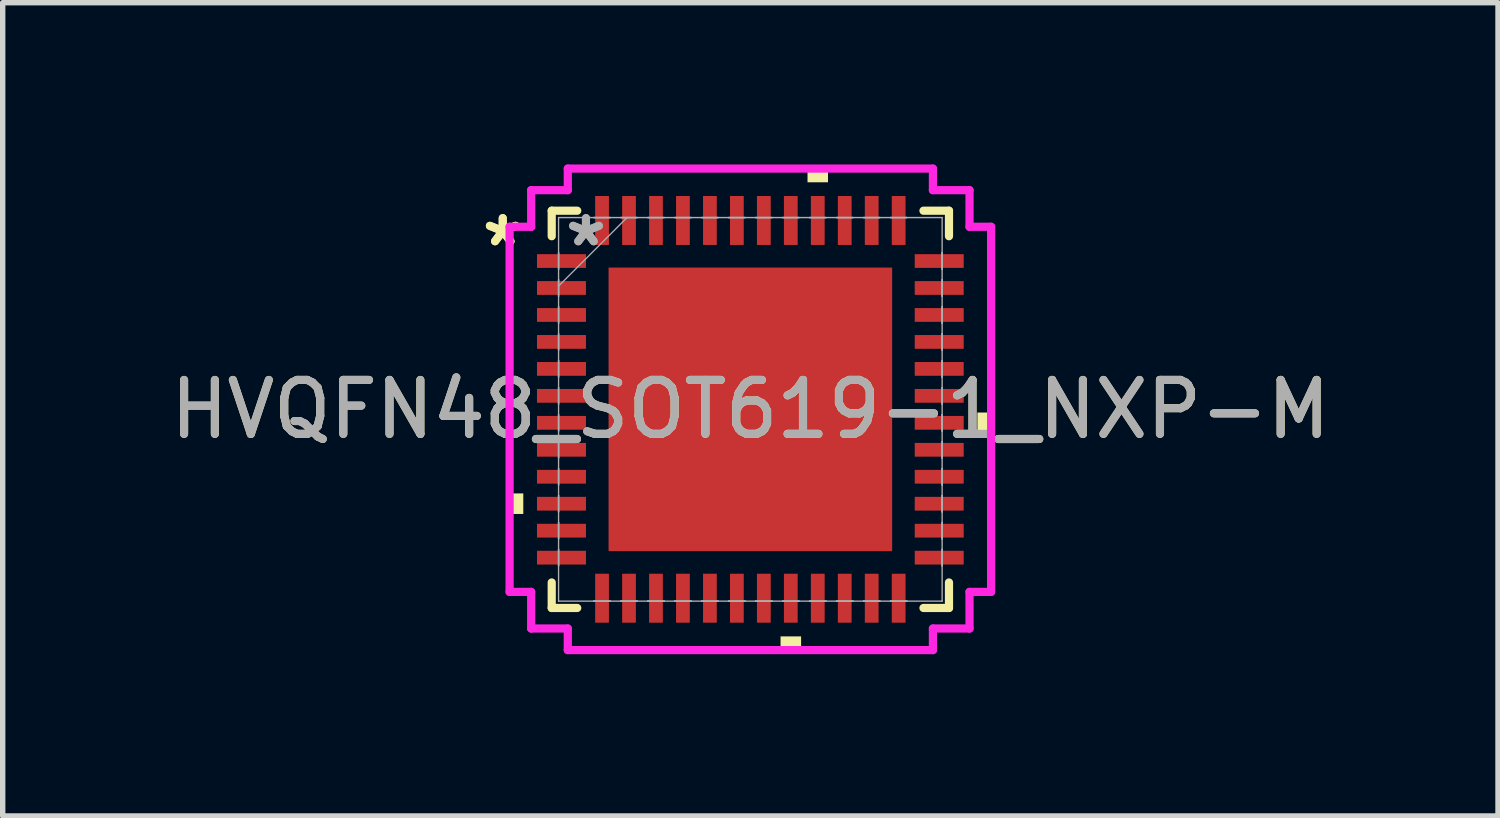
<source format=kicad_pcb>
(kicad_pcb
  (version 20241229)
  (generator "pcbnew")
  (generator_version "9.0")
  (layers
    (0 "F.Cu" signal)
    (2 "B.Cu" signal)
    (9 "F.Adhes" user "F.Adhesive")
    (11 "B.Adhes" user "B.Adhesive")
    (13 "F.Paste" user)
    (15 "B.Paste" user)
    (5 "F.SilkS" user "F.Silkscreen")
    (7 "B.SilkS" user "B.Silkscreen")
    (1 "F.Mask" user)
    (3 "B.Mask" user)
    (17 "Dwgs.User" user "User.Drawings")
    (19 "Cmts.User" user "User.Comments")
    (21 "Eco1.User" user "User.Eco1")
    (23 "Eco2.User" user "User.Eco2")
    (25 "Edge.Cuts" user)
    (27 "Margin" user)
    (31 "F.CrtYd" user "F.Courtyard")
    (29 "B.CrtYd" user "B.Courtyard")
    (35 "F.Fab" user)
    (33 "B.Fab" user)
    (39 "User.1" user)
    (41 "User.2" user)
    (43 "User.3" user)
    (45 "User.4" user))
  (footprint "HVQFN48_SOT619-1_NXP-M"
    (layer "F.Cu")
    (at 10.863 4.54)
    (property "Reference" "HVQFN48_SOT619-1_NXP-M" (at 0 0 0) (unlocked yes) (layer "F.SilkS") (effects (font (size 1 1) (thickness 0.15))))
    (attr smd)
    (fp_line (start -3.683 -3.683) (end -3.683 -3.21) (stroke (width 0.152) (type solid)) (layer "F.SilkS"))
    (fp_line (start -3.683 3.21) (end -3.683 3.683) (stroke (width 0.152) (type solid)) (layer "F.SilkS"))
    (fp_line (start -3.683 3.683) (end -3.21 3.683) (stroke (width 0.152) (type solid)) (layer "F.SilkS"))
    (fp_line (start -3.21 -3.683) (end -3.683 -3.683) (stroke (width 0.152) (type solid)) (layer "F.SilkS"))
    (fp_line (start 3.21 3.683) (end 3.683 3.683) (stroke (width 0.152) (type solid)) (layer "F.SilkS"))
    (fp_line (start 3.683 -3.683) (end 3.21 -3.683) (stroke (width 0.152) (type solid)) (layer "F.SilkS"))
    (fp_line (start 3.683 -3.21) (end 3.683 -3.683) (stroke (width 0.152) (type solid)) (layer "F.SilkS"))
    (fp_line (start 3.683 3.683) (end 3.683 3.21) (stroke (width 0.152) (type solid)) (layer "F.SilkS"))
    (fp_poly (pts (xy -4.464 1.559) (xy -4.464 1.94) (xy -4.21 1.94) (xy -4.21 1.559)) (stroke (width 0) (type solid)) (fill yes) (layer "F.SilkS"))
    (fp_poly (pts (xy 0.56 4.21) (xy 0.56 4.464) (xy 0.941 4.464) (xy 0.941 4.21)) (stroke (width 0) (type solid)) (fill yes) (layer "F.SilkS"))
    (fp_poly (pts (xy 1.06 -4.21) (xy 1.06 -4.464) (xy 1.44 -4.464) (xy 1.44 -4.21)) (stroke (width 0) (type solid)) (fill yes) (layer "F.SilkS"))
    (fp_poly (pts (xy 4.464 0.059) (xy 4.464 0.441) (xy 4.21 0.441) (xy 4.21 0.059)) (stroke (width 0) (type solid)) (fill yes) (layer "F.SilkS"))
    (fp_poly (pts (xy -2.529 -2.529) (xy -2.529 -1.414) (xy -1.414 -1.414) (xy -1.414 -2.529)) (stroke (width 0) (type solid)) (fill yes) (layer "F.Paste"))
    (fp_poly (pts (xy -2.529 -1.214) (xy -2.529 -0.1) (xy -1.414 -0.1) (xy -1.414 -1.214)) (stroke (width 0) (type solid)) (fill yes) (layer "F.Paste"))
    (fp_poly (pts (xy -2.529 0.1) (xy -2.529 1.214) (xy -1.414 1.214) (xy -1.414 0.1)) (stroke (width 0) (type solid)) (fill yes) (layer "F.Paste"))
    (fp_poly (pts (xy -2.529 1.414) (xy -2.529 2.529) (xy -1.414 2.529) (xy -1.414 1.414)) (stroke (width 0) (type solid)) (fill yes) (layer "F.Paste"))
    (fp_poly (pts (xy -1.214 -2.529) (xy -1.214 -1.414) (xy -0.1 -1.414) (xy -0.1 -2.529)) (stroke (width 0) (type solid)) (fill yes) (layer "F.Paste"))
    (fp_poly (pts (xy -1.214 -1.214) (xy -1.214 -0.1) (xy -0.1 -0.1) (xy -0.1 -1.214)) (stroke (width 0) (type solid)) (fill yes) (layer "F.Paste"))
    (fp_poly (pts (xy -1.214 0.1) (xy -1.214 1.214) (xy -0.1 1.214) (xy -0.1 0.1)) (stroke (width 0) (type solid)) (fill yes) (layer "F.Paste"))
    (fp_poly (pts (xy -1.214 1.414) (xy -1.214 2.529) (xy -0.1 2.529) (xy -0.1 1.414)) (stroke (width 0) (type solid)) (fill yes) (layer "F.Paste"))
    (fp_poly (pts (xy 0.1 -2.529) (xy 0.1 -1.414) (xy 1.214 -1.414) (xy 1.214 -2.529)) (stroke (width 0) (type solid)) (fill yes) (layer "F.Paste"))
    (fp_poly (pts (xy 0.1 -1.214) (xy 0.1 -0.1) (xy 1.214 -0.1) (xy 1.214 -1.214)) (stroke (width 0) (type solid)) (fill yes) (layer "F.Paste"))
    (fp_poly (pts (xy 0.1 0.1) (xy 0.1 1.214) (xy 1.214 1.214) (xy 1.214 0.1)) (stroke (width 0) (type solid)) (fill yes) (layer "F.Paste"))
    (fp_poly (pts (xy 0.1 1.414) (xy 0.1 2.529) (xy 1.214 2.529) (xy 1.214 1.414)) (stroke (width 0) (type solid)) (fill yes) (layer "F.Paste"))
    (fp_poly (pts (xy 1.414 -2.529) (xy 1.414 -1.414) (xy 2.529 -1.414) (xy 2.529 -2.529)) (stroke (width 0) (type solid)) (fill yes) (layer "F.Paste"))
    (fp_poly (pts (xy 1.414 -1.214) (xy 1.414 -0.1) (xy 2.529 -0.1) (xy 2.529 -1.214)) (stroke (width 0) (type solid)) (fill yes) (layer "F.Paste"))
    (fp_poly (pts (xy 1.414 0.1) (xy 1.414 1.214) (xy 2.529 1.214) (xy 2.529 0.1)) (stroke (width 0) (type solid)) (fill yes) (layer "F.Paste"))
    (fp_poly (pts (xy 1.414 1.414) (xy 1.414 2.529) (xy 2.529 2.529) (xy 2.529 1.414)) (stroke (width 0) (type solid)) (fill yes) (layer "F.Paste"))
    (fp_line (start -4.464 -3.385) (end -4.064 -3.385) (stroke (width 0.152) (type solid)) (layer "F.CrtYd"))
    (fp_line (start -4.464 3.385) (end -4.464 -3.385) (stroke (width 0.152) (type solid)) (layer "F.CrtYd"))
    (fp_line (start -4.064 -4.064) (end -3.385 -4.064) (stroke (width 0.152) (type solid)) (layer "F.CrtYd"))
    (fp_line (start -4.064 -3.385) (end -4.064 -4.064) (stroke (width 0.152) (type solid)) (layer "F.CrtYd"))
    (fp_line (start -4.064 3.385) (end -4.464 3.385) (stroke (width 0.152) (type solid)) (layer "F.CrtYd"))
    (fp_line (start -4.064 4.064) (end -4.064 3.385) (stroke (width 0.152) (type solid)) (layer "F.CrtYd"))
    (fp_line (start -3.385 -4.464) (end 3.385 -4.464) (stroke (width 0.152) (type solid)) (layer "F.CrtYd"))
    (fp_line (start -3.385 -4.064) (end -3.385 -4.464) (stroke (width 0.152) (type solid)) (layer "F.CrtYd"))
    (fp_line (start -3.385 4.064) (end -4.064 4.064) (stroke (width 0.152) (type solid)) (layer "F.CrtYd"))
    (fp_line (start -3.385 4.464) (end -3.385 4.064) (stroke (width 0.152) (type solid)) (layer "F.CrtYd"))
    (fp_line (start 3.385 -4.464) (end 3.385 -4.064) (stroke (width 0.152) (type solid)) (layer "F.CrtYd"))
    (fp_line (start 3.385 -4.064) (end 4.064 -4.064) (stroke (width 0.152) (type solid)) (layer "F.CrtYd"))
    (fp_line (start 3.385 4.064) (end 3.385 4.464) (stroke (width 0.152) (type solid)) (layer "F.CrtYd"))
    (fp_line (start 3.385 4.464) (end -3.385 4.464) (stroke (width 0.152) (type solid)) (layer "F.CrtYd"))
    (fp_line (start 4.064 -4.064) (end 4.064 -3.385) (stroke (width 0.152) (type solid)) (layer "F.CrtYd"))
    (fp_line (start 4.064 -3.385) (end 4.464 -3.385) (stroke (width 0.152) (type solid)) (layer "F.CrtYd"))
    (fp_line (start 4.064 3.385) (end 4.064 4.064) (stroke (width 0.152) (type solid)) (layer "F.CrtYd"))
    (fp_line (start 4.064 4.064) (end 3.385 4.064) (stroke (width 0.152) (type solid)) (layer "F.CrtYd"))
    (fp_line (start 4.464 -3.385) (end 4.464 3.385) (stroke (width 0.152) (type solid)) (layer "F.CrtYd"))
    (fp_line (start 4.464 3.385) (end 4.064 3.385) (stroke (width 0.152) (type solid)) (layer "F.CrtYd"))
    (fp_line (start -3.556 -3.556) (end -3.556 -3.556) (stroke (width 0.025) (type solid)) (layer "F.Fab"))
    (fp_line (start -3.556 -3.556) (end -3.556 3.556) (stroke (width 0.025) (type solid)) (layer "F.Fab"))
    (fp_line (start -3.556 -2.902) (end -3.556 -2.902) (stroke (width 0.025) (type solid)) (layer "F.Fab"))
    (fp_line (start -3.556 -2.902) (end -3.556 -2.598) (stroke (width 0.025) (type solid)) (layer "F.Fab"))
    (fp_line (start -3.556 -2.598) (end -3.556 -2.902) (stroke (width 0.025) (type solid)) (layer "F.Fab"))
    (fp_line (start -3.556 -2.598) (end -3.556 -2.598) (stroke (width 0.025) (type solid)) (layer "F.Fab"))
    (fp_line (start -3.556 -2.402) (end -3.556 -2.402) (stroke (width 0.025) (type solid)) (layer "F.Fab"))
    (fp_line (start -3.556 -2.402) (end -3.556 -2.098) (stroke (width 0.025) (type solid)) (layer "F.Fab"))
    (fp_line (start -3.556 -2.286) (end -2.286 -3.556) (stroke (width 0.025) (type solid)) (layer "F.Fab"))
    (fp_line (start -3.556 -2.098) (end -3.556 -2.402) (stroke (width 0.025) (type solid)) (layer "F.Fab"))
    (fp_line (start -3.556 -2.098) (end -3.556 -2.098) (stroke (width 0.025) (type solid)) (layer "F.Fab"))
    (fp_line (start -3.556 -1.902) (end -3.556 -1.902) (stroke (width 0.025) (type solid)) (layer "F.Fab"))
    (fp_line (start -3.556 -1.902) (end -3.556 -1.598) (stroke (width 0.025) (type solid)) (layer "F.Fab"))
    (fp_line (start -3.556 -1.598) (end -3.556 -1.902) (stroke (width 0.025) (type solid)) (layer "F.Fab"))
    (fp_line (start -3.556 -1.598) (end -3.556 -1.598) (stroke (width 0.025) (type solid)) (layer "F.Fab"))
    (fp_line (start -3.556 -1.402) (end -3.556 -1.402) (stroke (width 0.025) (type solid)) (layer "F.Fab"))
    (fp_line (start -3.556 -1.402) (end -3.556 -1.098) (stroke (width 0.025) (type solid)) (layer "F.Fab"))
    (fp_line (start -3.556 -1.098) (end -3.556 -1.402) (stroke (width 0.025) (type solid)) (layer "F.Fab"))
    (fp_line (start -3.556 -1.098) (end -3.556 -1.098) (stroke (width 0.025) (type solid)) (layer "F.Fab"))
    (fp_line (start -3.556 -0.902) (end -3.556 -0.902) (stroke (width 0.025) (type solid)) (layer "F.Fab"))
    (fp_line (start -3.556 -0.902) (end -3.556 -0.598) (stroke (width 0.025) (type solid)) (layer "F.Fab"))
    (fp_line (start -3.556 -0.598) (end -3.556 -0.902) (stroke (width 0.025) (type solid)) (layer "F.Fab"))
    (fp_line (start -3.556 -0.598) (end -3.556 -0.598) (stroke (width 0.025) (type solid)) (layer "F.Fab"))
    (fp_line (start -3.556 -0.402) (end -3.556 -0.402) (stroke (width 0.025) (type solid)) (layer "F.Fab"))
    (fp_line (start -3.556 -0.402) (end -3.556 -0.098) (stroke (width 0.025) (type solid)) (layer "F.Fab"))
    (fp_line (start -3.556 -0.098) (end -3.556 -0.402) (stroke (width 0.025) (type solid)) (layer "F.Fab"))
    (fp_line (start -3.556 -0.098) (end -3.556 -0.098) (stroke (width 0.025) (type solid)) (layer "F.Fab"))
    (fp_line (start -3.556 0.098) (end -3.556 0.098) (stroke (width 0.025) (type solid)) (layer "F.Fab"))
    (fp_line (start -3.556 0.098) (end -3.556 0.402) (stroke (width 0.025) (type solid)) (layer "F.Fab"))
    (fp_line (start -3.556 0.402) (end -3.556 0.098) (stroke (width 0.025) (type solid)) (layer "F.Fab"))
    (fp_line (start -3.556 0.402) (end -3.556 0.402) (stroke (width 0.025) (type solid)) (layer "F.Fab"))
    (fp_line (start -3.556 0.598) (end -3.556 0.598) (stroke (width 0.025) (type solid)) (layer "F.Fab"))
    (fp_line (start -3.556 0.598) (end -3.556 0.902) (stroke (width 0.025) (type solid)) (layer "F.Fab"))
    (fp_line (start -3.556 0.902) (end -3.556 0.598) (stroke (width 0.025) (type solid)) (layer "F.Fab"))
    (fp_line (start -3.556 0.902) (end -3.556 0.902) (stroke (width 0.025) (type solid)) (layer "F.Fab"))
    (fp_line (start -3.556 1.098) (end -3.556 1.098) (stroke (width 0.025) (type solid)) (layer "F.Fab"))
    (fp_line (start -3.556 1.098) (end -3.556 1.402) (stroke (width 0.025) (type solid)) (layer "F.Fab"))
    (fp_line (start -3.556 1.402) (end -3.556 1.098) (stroke (width 0.025) (type solid)) (layer "F.Fab"))
    (fp_line (start -3.556 1.402) (end -3.556 1.402) (stroke (width 0.025) (type solid)) (layer "F.Fab"))
    (fp_line (start -3.556 1.598) (end -3.556 1.598) (stroke (width 0.025) (type solid)) (layer "F.Fab"))
    (fp_line (start -3.556 1.598) (end -3.556 1.902) (stroke (width 0.025) (type solid)) (layer "F.Fab"))
    (fp_line (start -3.556 1.902) (end -3.556 1.598) (stroke (width 0.025) (type solid)) (layer "F.Fab"))
    (fp_line (start -3.556 1.902) (end -3.556 1.902) (stroke (width 0.025) (type solid)) (layer "F.Fab"))
    (fp_line (start -3.556 2.098) (end -3.556 2.098) (stroke (width 0.025) (type solid)) (layer "F.Fab"))
    (fp_line (start -3.556 2.098) (end -3.556 2.402) (stroke (width 0.025) (type solid)) (layer "F.Fab"))
    (fp_line (start -3.556 2.402) (end -3.556 2.098) (stroke (width 0.025) (type solid)) (layer "F.Fab"))
    (fp_line (start -3.556 2.402) (end -3.556 2.402) (stroke (width 0.025) (type solid)) (layer "F.Fab"))
    (fp_line (start -3.556 2.598) (end -3.556 2.598) (stroke (width 0.025) (type solid)) (layer "F.Fab"))
    (fp_line (start -3.556 2.598) (end -3.556 2.902) (stroke (width 0.025) (type solid)) (layer "F.Fab"))
    (fp_line (start -3.556 2.902) (end -3.556 2.598) (stroke (width 0.025) (type solid)) (layer "F.Fab"))
    (fp_line (start -3.556 2.902) (end -3.556 2.902) (stroke (width 0.025) (type solid)) (layer "F.Fab"))
    (fp_line (start -3.556 3.556) (end -3.556 3.556) (stroke (width 0.025) (type solid)) (layer "F.Fab"))
    (fp_line (start -3.556 3.556) (end 3.556 3.556) (stroke (width 0.025) (type solid)) (layer "F.Fab"))
    (fp_line (start -2.902 -3.556) (end -2.902 -3.556) (stroke (width 0.025) (type solid)) (layer "F.Fab"))
    (fp_line (start -2.902 -3.556) (end -2.598 -3.556) (stroke (width 0.025) (type solid)) (layer "F.Fab"))
    (fp_line (start -2.902 3.556) (end -2.902 3.556) (stroke (width 0.025) (type solid)) (layer "F.Fab"))
    (fp_line (start -2.902 3.556) (end -2.598 3.556) (stroke (width 0.025) (type solid)) (layer "F.Fab"))
    (fp_line (start -2.598 -3.556) (end -2.902 -3.556) (stroke (width 0.025) (type solid)) (layer "F.Fab"))
    (fp_line (start -2.598 -3.556) (end -2.598 -3.556) (stroke (width 0.025) (type solid)) (layer "F.Fab"))
    (fp_line (start -2.598 3.556) (end -2.902 3.556) (stroke (width 0.025) (type solid)) (layer "F.Fab"))
    (fp_line (start -2.598 3.556) (end -2.598 3.556) (stroke (width 0.025) (type solid)) (layer "F.Fab"))
    (fp_line (start -2.402 -3.556) (end -2.402 -3.556) (stroke (width 0.025) (type solid)) (layer "F.Fab"))
    (fp_line (start -2.402 -3.556) (end -2.098 -3.556) (stroke (width 0.025) (type solid)) (layer "F.Fab"))
    (fp_line (start -2.402 3.556) (end -2.402 3.556) (stroke (width 0.025) (type solid)) (layer "F.Fab"))
    (fp_line (start -2.402 3.556) (end -2.098 3.556) (stroke (width 0.025) (type solid)) (layer "F.Fab"))
    (fp_line (start -2.098 -3.556) (end -2.402 -3.556) (stroke (width 0.025) (type solid)) (layer "F.Fab"))
    (fp_line (start -2.098 -3.556) (end -2.098 -3.556) (stroke (width 0.025) (type solid)) (layer "F.Fab"))
    (fp_line (start -2.098 3.556) (end -2.402 3.556) (stroke (width 0.025) (type solid)) (layer "F.Fab"))
    (fp_line (start -2.098 3.556) (end -2.098 3.556) (stroke (width 0.025) (type solid)) (layer "F.Fab"))
    (fp_line (start -1.902 -3.556) (end -1.902 -3.556) (stroke (width 0.025) (type solid)) (layer "F.Fab"))
    (fp_line (start -1.902 -3.556) (end -1.598 -3.556) (stroke (width 0.025) (type solid)) (layer "F.Fab"))
    (fp_line (start -1.902 3.556) (end -1.902 3.556) (stroke (width 0.025) (type solid)) (layer "F.Fab"))
    (fp_line (start -1.902 3.556) (end -1.598 3.556) (stroke (width 0.025) (type solid)) (layer "F.Fab"))
    (fp_line (start -1.598 -3.556) (end -1.902 -3.556) (stroke (width 0.025) (type solid)) (layer "F.Fab"))
    (fp_line (start -1.598 -3.556) (end -1.598 -3.556) (stroke (width 0.025) (type solid)) (layer "F.Fab"))
    (fp_line (start -1.598 3.556) (end -1.902 3.556) (stroke (width 0.025) (type solid)) (layer "F.Fab"))
    (fp_line (start -1.598 3.556) (end -1.598 3.556) (stroke (width 0.025) (type solid)) (layer "F.Fab"))
    (fp_line (start -1.402 -3.556) (end -1.402 -3.556) (stroke (width 0.025) (type solid)) (layer "F.Fab"))
    (fp_line (start -1.402 -3.556) (end -1.098 -3.556) (stroke (width 0.025) (type solid)) (layer "F.Fab"))
    (fp_line (start -1.402 3.556) (end -1.402 3.556) (stroke (width 0.025) (type solid)) (layer "F.Fab"))
    (fp_line (start -1.402 3.556) (end -1.098 3.556) (stroke (width 0.025) (type solid)) (layer "F.Fab"))
    (fp_line (start -1.098 -3.556) (end -1.402 -3.556) (stroke (width 0.025) (type solid)) (layer "F.Fab"))
    (fp_line (start -1.098 -3.556) (end -1.098 -3.556) (stroke (width 0.025) (type solid)) (layer "F.Fab"))
    (fp_line (start -1.098 3.556) (end -1.402 3.556) (stroke (width 0.025) (type solid)) (layer "F.Fab"))
    (fp_line (start -1.098 3.556) (end -1.098 3.556) (stroke (width 0.025) (type solid)) (layer "F.Fab"))
    (fp_line (start -0.902 -3.556) (end -0.902 -3.556) (stroke (width 0.025) (type solid)) (layer "F.Fab"))
    (fp_line (start -0.902 -3.556) (end -0.598 -3.556) (stroke (width 0.025) (type solid)) (layer "F.Fab"))
    (fp_line (start -0.902 3.556) (end -0.902 3.556) (stroke (width 0.025) (type solid)) (layer "F.Fab"))
    (fp_line (start -0.902 3.556) (end -0.598 3.556) (stroke (width 0.025) (type solid)) (layer "F.Fab"))
    (fp_line (start -0.598 -3.556) (end -0.902 -3.556) (stroke (width 0.025) (type solid)) (layer "F.Fab"))
    (fp_line (start -0.598 -3.556) (end -0.598 -3.556) (stroke (width 0.025) (type solid)) (layer "F.Fab"))
    (fp_line (start -0.598 3.556) (end -0.902 3.556) (stroke (width 0.025) (type solid)) (layer "F.Fab"))
    (fp_line (start -0.598 3.556) (end -0.598 3.556) (stroke (width 0.025) (type solid)) (layer "F.Fab"))
    (fp_line (start -0.402 -3.556) (end -0.402 -3.556) (stroke (width 0.025) (type solid)) (layer "F.Fab"))
    (fp_line (start -0.402 -3.556) (end -0.098 -3.556) (stroke (width 0.025) (type solid)) (layer "F.Fab"))
    (fp_line (start -0.402 3.556) (end -0.402 3.556) (stroke (width 0.025) (type solid)) (layer "F.Fab"))
    (fp_line (start -0.402 3.556) (end -0.098 3.556) (stroke (width 0.025) (type solid)) (layer "F.Fab"))
    (fp_line (start -0.098 -3.556) (end -0.402 -3.556) (stroke (width 0.025) (type solid)) (layer "F.Fab"))
    (fp_line (start -0.098 -3.556) (end -0.098 -3.556) (stroke (width 0.025) (type solid)) (layer "F.Fab"))
    (fp_line (start -0.098 3.556) (end -0.402 3.556) (stroke (width 0.025) (type solid)) (layer "F.Fab"))
    (fp_line (start -0.098 3.556) (end -0.098 3.556) (stroke (width 0.025) (type solid)) (layer "F.Fab"))
    (fp_line (start 0.098 -3.556) (end 0.098 -3.556) (stroke (width 0.025) (type solid)) (layer "F.Fab"))
    (fp_line (start 0.098 -3.556) (end 0.402 -3.556) (stroke (width 0.025) (type solid)) (layer "F.Fab"))
    (fp_line (start 0.098 3.556) (end 0.098 3.556) (stroke (width 0.025) (type solid)) (layer "F.Fab"))
    (fp_line (start 0.098 3.556) (end 0.402 3.556) (stroke (width 0.025) (type solid)) (layer "F.Fab"))
    (fp_line (start 0.402 -3.556) (end 0.098 -3.556) (stroke (width 0.025) (type solid)) (layer "F.Fab"))
    (fp_line (start 0.402 -3.556) (end 0.402 -3.556) (stroke (width 0.025) (type solid)) (layer "F.Fab"))
    (fp_line (start 0.402 3.556) (end 0.098 3.556) (stroke (width 0.025) (type solid)) (layer "F.Fab"))
    (fp_line (start 0.402 3.556) (end 0.402 3.556) (stroke (width 0.025) (type solid)) (layer "F.Fab"))
    (fp_line (start 0.598 -3.556) (end 0.598 -3.556) (stroke (width 0.025) (type solid)) (layer "F.Fab"))
    (fp_line (start 0.598 -3.556) (end 0.902 -3.556) (stroke (width 0.025) (type solid)) (layer "F.Fab"))
    (fp_line (start 0.598 3.556) (end 0.598 3.556) (stroke (width 0.025) (type solid)) (layer "F.Fab"))
    (fp_line (start 0.598 3.556) (end 0.902 3.556) (stroke (width 0.025) (type solid)) (layer "F.Fab"))
    (fp_line (start 0.902 -3.556) (end 0.598 -3.556) (stroke (width 0.025) (type solid)) (layer "F.Fab"))
    (fp_line (start 0.902 -3.556) (end 0.902 -3.556) (stroke (width 0.025) (type solid)) (layer "F.Fab"))
    (fp_line (start 0.902 3.556) (end 0.598 3.556) (stroke (width 0.025) (type solid)) (layer "F.Fab"))
    (fp_line (start 0.902 3.556) (end 0.902 3.556) (stroke (width 0.025) (type solid)) (layer "F.Fab"))
    (fp_line (start 1.098 -3.556) (end 1.098 -3.556) (stroke (width 0.025) (type solid)) (layer "F.Fab"))
    (fp_line (start 1.098 -3.556) (end 1.402 -3.556) (stroke (width 0.025) (type solid)) (layer "F.Fab"))
    (fp_line (start 1.098 3.556) (end 1.098 3.556) (stroke (width 0.025) (type solid)) (layer "F.Fab"))
    (fp_line (start 1.098 3.556) (end 1.402 3.556) (stroke (width 0.025) (type solid)) (layer "F.Fab"))
    (fp_line (start 1.402 -3.556) (end 1.098 -3.556) (stroke (width 0.025) (type solid)) (layer "F.Fab"))
    (fp_line (start 1.402 -3.556) (end 1.402 -3.556) (stroke (width 0.025) (type solid)) (layer "F.Fab"))
    (fp_line (start 1.402 3.556) (end 1.098 3.556) (stroke (width 0.025) (type solid)) (layer "F.Fab"))
    (fp_line (start 1.402 3.556) (end 1.402 3.556) (stroke (width 0.025) (type solid)) (layer "F.Fab"))
    (fp_line (start 1.598 -3.556) (end 1.598 -3.556) (stroke (width 0.025) (type solid)) (layer "F.Fab"))
    (fp_line (start 1.598 -3.556) (end 1.902 -3.556) (stroke (width 0.025) (type solid)) (layer "F.Fab"))
    (fp_line (start 1.598 3.556) (end 1.598 3.556) (stroke (width 0.025) (type solid)) (layer "F.Fab"))
    (fp_line (start 1.598 3.556) (end 1.902 3.556) (stroke (width 0.025) (type solid)) (layer "F.Fab"))
    (fp_line (start 1.902 -3.556) (end 1.598 -3.556) (stroke (width 0.025) (type solid)) (layer "F.Fab"))
    (fp_line (start 1.902 -3.556) (end 1.902 -3.556) (stroke (width 0.025) (type solid)) (layer "F.Fab"))
    (fp_line (start 1.902 3.556) (end 1.598 3.556) (stroke (width 0.025) (type solid)) (layer "F.Fab"))
    (fp_line (start 1.902 3.556) (end 1.902 3.556) (stroke (width 0.025) (type solid)) (layer "F.Fab"))
    (fp_line (start 2.098 -3.556) (end 2.098 -3.556) (stroke (width 0.025) (type solid)) (layer "F.Fab"))
    (fp_line (start 2.098 -3.556) (end 2.402 -3.556) (stroke (width 0.025) (type solid)) (layer "F.Fab"))
    (fp_line (start 2.098 3.556) (end 2.098 3.556) (stroke (width 0.025) (type solid)) (layer "F.Fab"))
    (fp_line (start 2.098 3.556) (end 2.402 3.556) (stroke (width 0.025) (type solid)) (layer "F.Fab"))
    (fp_line (start 2.402 -3.556) (end 2.098 -3.556) (stroke (width 0.025) (type solid)) (layer "F.Fab"))
    (fp_line (start 2.402 -3.556) (end 2.402 -3.556) (stroke (width 0.025) (type solid)) (layer "F.Fab"))
    (fp_line (start 2.402 3.556) (end 2.098 3.556) (stroke (width 0.025) (type solid)) (layer "F.Fab"))
    (fp_line (start 2.402 3.556) (end 2.402 3.556) (stroke (width 0.025) (type solid)) (layer "F.Fab"))
    (fp_line (start 2.598 -3.556) (end 2.598 -3.556) (stroke (width 0.025) (type solid)) (layer "F.Fab"))
    (fp_line (start 2.598 -3.556) (end 2.902 -3.556) (stroke (width 0.025) (type solid)) (layer "F.Fab"))
    (fp_line (start 2.598 3.556) (end 2.598 3.556) (stroke (width 0.025) (type solid)) (layer "F.Fab"))
    (fp_line (start 2.598 3.556) (end 2.902 3.556) (stroke (width 0.025) (type solid)) (layer "F.Fab"))
    (fp_line (start 2.902 -3.556) (end 2.598 -3.556) (stroke (width 0.025) (type solid)) (layer "F.Fab"))
    (fp_line (start 2.902 -3.556) (end 2.902 -3.556) (stroke (width 0.025) (type solid)) (layer "F.Fab"))
    (fp_line (start 2.902 3.556) (end 2.598 3.556) (stroke (width 0.025) (type solid)) (layer "F.Fab"))
    (fp_line (start 2.902 3.556) (end 2.902 3.556) (stroke (width 0.025) (type solid)) (layer "F.Fab"))
    (fp_line (start 3.556 -3.556) (end -3.556 -3.556) (stroke (width 0.025) (type solid)) (layer "F.Fab"))
    (fp_line (start 3.556 -3.556) (end 3.556 -3.556) (stroke (width 0.025) (type solid)) (layer "F.Fab"))
    (fp_line (start 3.556 -2.902) (end 3.556 -2.902) (stroke (width 0.025) (type solid)) (layer "F.Fab"))
    (fp_line (start 3.556 -2.902) (end 3.556 -2.598) (stroke (width 0.025) (type solid)) (layer "F.Fab"))
    (fp_line (start 3.556 -2.598) (end 3.556 -2.902) (stroke (width 0.025) (type solid)) (layer "F.Fab"))
    (fp_line (start 3.556 -2.598) (end 3.556 -2.598) (stroke (width 0.025) (type solid)) (layer "F.Fab"))
    (fp_line (start 3.556 -2.402) (end 3.556 -2.402) (stroke (width 0.025) (type solid)) (layer "F.Fab"))
    (fp_line (start 3.556 -2.402) (end 3.556 -2.098) (stroke (width 0.025) (type solid)) (layer "F.Fab"))
    (fp_line (start 3.556 -2.098) (end 3.556 -2.402) (stroke (width 0.025) (type solid)) (layer "F.Fab"))
    (fp_line (start 3.556 -2.098) (end 3.556 -2.098) (stroke (width 0.025) (type solid)) (layer "F.Fab"))
    (fp_line (start 3.556 -1.902) (end 3.556 -1.902) (stroke (width 0.025) (type solid)) (layer "F.Fab"))
    (fp_line (start 3.556 -1.902) (end 3.556 -1.598) (stroke (width 0.025) (type solid)) (layer "F.Fab"))
    (fp_line (start 3.556 -1.598) (end 3.556 -1.902) (stroke (width 0.025) (type solid)) (layer "F.Fab"))
    (fp_line (start 3.556 -1.598) (end 3.556 -1.598) (stroke (width 0.025) (type solid)) (layer "F.Fab"))
    (fp_line (start 3.556 -1.402) (end 3.556 -1.402) (stroke (width 0.025) (type solid)) (layer "F.Fab"))
    (fp_line (start 3.556 -1.402) (end 3.556 -1.098) (stroke (width 0.025) (type solid)) (layer "F.Fab"))
    (fp_line (start 3.556 -1.098) (end 3.556 -1.402) (stroke (width 0.025) (type solid)) (layer "F.Fab"))
    (fp_line (start 3.556 -1.098) (end 3.556 -1.098) (stroke (width 0.025) (type solid)) (layer "F.Fab"))
    (fp_line (start 3.556 -0.902) (end 3.556 -0.902) (stroke (width 0.025) (type solid)) (layer "F.Fab"))
    (fp_line (start 3.556 -0.902) (end 3.556 -0.598) (stroke (width 0.025) (type solid)) (layer "F.Fab"))
    (fp_line (start 3.556 -0.598) (end 3.556 -0.902) (stroke (width 0.025) (type solid)) (layer "F.Fab"))
    (fp_line (start 3.556 -0.598) (end 3.556 -0.598) (stroke (width 0.025) (type solid)) (layer "F.Fab"))
    (fp_line (start 3.556 -0.402) (end 3.556 -0.402) (stroke (width 0.025) (type solid)) (layer "F.Fab"))
    (fp_line (start 3.556 -0.402) (end 3.556 -0.098) (stroke (width 0.025) (type solid)) (layer "F.Fab"))
    (fp_line (start 3.556 -0.098) (end 3.556 -0.402) (stroke (width 0.025) (type solid)) (layer "F.Fab"))
    (fp_line (start 3.556 -0.098) (end 3.556 -0.098) (stroke (width 0.025) (type solid)) (layer "F.Fab"))
    (fp_line (start 3.556 0.098) (end 3.556 0.098) (stroke (width 0.025) (type solid)) (layer "F.Fab"))
    (fp_line (start 3.556 0.098) (end 3.556 0.402) (stroke (width 0.025) (type solid)) (layer "F.Fab"))
    (fp_line (start 3.556 0.402) (end 3.556 0.098) (stroke (width 0.025) (type solid)) (layer "F.Fab"))
    (fp_line (start 3.556 0.402) (end 3.556 0.402) (stroke (width 0.025) (type solid)) (layer "F.Fab"))
    (fp_line (start 3.556 0.598) (end 3.556 0.598) (stroke (width 0.025) (type solid)) (layer "F.Fab"))
    (fp_line (start 3.556 0.598) (end 3.556 0.902) (stroke (width 0.025) (type solid)) (layer "F.Fab"))
    (fp_line (start 3.556 0.902) (end 3.556 0.598) (stroke (width 0.025) (type solid)) (layer "F.Fab"))
    (fp_line (start 3.556 0.902) (end 3.556 0.902) (stroke (width 0.025) (type solid)) (layer "F.Fab"))
    (fp_line (start 3.556 1.098) (end 3.556 1.098) (stroke (width 0.025) (type solid)) (layer "F.Fab"))
    (fp_line (start 3.556 1.098) (end 3.556 1.402) (stroke (width 0.025) (type solid)) (layer "F.Fab"))
    (fp_line (start 3.556 1.402) (end 3.556 1.098) (stroke (width 0.025) (type solid)) (layer "F.Fab"))
    (fp_line (start 3.556 1.402) (end 3.556 1.402) (stroke (width 0.025) (type solid)) (layer "F.Fab"))
    (fp_line (start 3.556 1.598) (end 3.556 1.598) (stroke (width 0.025) (type solid)) (layer "F.Fab"))
    (fp_line (start 3.556 1.598) (end 3.556 1.902) (stroke (width 0.025) (type solid)) (layer "F.Fab"))
    (fp_line (start 3.556 1.902) (end 3.556 1.598) (stroke (width 0.025) (type solid)) (layer "F.Fab"))
    (fp_line (start 3.556 1.902) (end 3.556 1.902) (stroke (width 0.025) (type solid)) (layer "F.Fab"))
    (fp_line (start 3.556 2.098) (end 3.556 2.098) (stroke (width 0.025) (type solid)) (layer "F.Fab"))
    (fp_line (start 3.556 2.098) (end 3.556 2.402) (stroke (width 0.025) (type solid)) (layer "F.Fab"))
    (fp_line (start 3.556 2.402) (end 3.556 2.098) (stroke (width 0.025) (type solid)) (layer "F.Fab"))
    (fp_line (start 3.556 2.402) (end 3.556 2.402) (stroke (width 0.025) (type solid)) (layer "F.Fab"))
    (fp_line (start 3.556 2.598) (end 3.556 2.598) (stroke (width 0.025) (type solid)) (layer "F.Fab"))
    (fp_line (start 3.556 2.598) (end 3.556 2.902) (stroke (width 0.025) (type solid)) (layer "F.Fab"))
    (fp_line (start 3.556 2.902) (end 3.556 2.598) (stroke (width 0.025) (type solid)) (layer "F.Fab"))
    (fp_line (start 3.556 2.902) (end 3.556 2.902) (stroke (width 0.025) (type solid)) (layer "F.Fab"))
    (fp_line (start 3.556 3.556) (end 3.556 -3.556) (stroke (width 0.025) (type solid)) (layer "F.Fab"))
    (fp_line (start 3.556 3.556) (end 3.556 3.556) (stroke (width 0.025) (type solid)) (layer "F.Fab"))
    (fp_text user "*" (at -4.591 -3 0) (layer "F.SilkS") (effects (font (size 1 1) (thickness 0.15))))
    (fp_text user "*" (at -4.591 -3 0) (unlocked yes) (layer "F.SilkS") (effects (font (size 1 1) (thickness 0.15))))
    (fp_text user "*" (at -3.048 -3 0) (unlocked yes) (layer "F.Fab") (effects (font (size 1 1) (thickness 0.15))))
    (fp_text user "*" (at -3.048 -3 0) (layer "F.Fab") (effects (font (size 1 1) (thickness 0.15))))
    (fp_text user "${REFERENCE}" (at 0 0 0) (unlocked yes) (layer "F.Fab") (effects (font (size 1 1) (thickness 0.15))))
    (pad "1" smd rect (at -3.502 -2.75 90) (size 0.255 0.908) (layers "F.Cu" "F.Mask" "F.Paste"))
    (pad "2" smd rect (at -3.502 -2.25 90) (size 0.255 0.908) (layers "F.Cu" "F.Mask" "F.Paste"))
    (pad "3" smd rect (at -3.502 -1.75 90) (size 0.255 0.908) (layers "F.Cu" "F.Mask" "F.Paste"))
    (pad "4" smd rect (at -3.502 -1.25 90) (size 0.255 0.908) (layers "F.Cu" "F.Mask" "F.Paste"))
    (pad "5" smd rect (at -3.502 -0.75 90) (size 0.255 0.908) (layers "F.Cu" "F.Mask" "F.Paste"))
    (pad "6" smd rect (at -3.502 -0.25 90) (size 0.255 0.908) (layers "F.Cu" "F.Mask" "F.Paste"))
    (pad "7" smd rect (at -3.502 0.25 90) (size 0.255 0.908) (layers "F.Cu" "F.Mask" "F.Paste"))
    (pad "8" smd rect (at -3.502 0.75 90) (size 0.255 0.908) (layers "F.Cu" "F.Mask" "F.Paste"))
    (pad "9" smd rect (at -3.502 1.25 90) (size 0.255 0.908) (layers "F.Cu" "F.Mask" "F.Paste"))
    (pad "10" smd rect (at -3.502 1.75 90) (size 0.255 0.908) (layers "F.Cu" "F.Mask" "F.Paste"))
    (pad "11" smd rect (at -3.502 2.25 90) (size 0.255 0.908) (layers "F.Cu" "F.Mask" "F.Paste"))
    (pad "12" smd rect (at -3.502 2.75 90) (size 0.255 0.908) (layers "F.Cu" "F.Mask" "F.Paste"))
    (pad "13" smd rect (at -2.75 3.502) (size 0.255 0.908) (layers "F.Cu" "F.Mask" "F.Paste"))
    (pad "14" smd rect (at -2.25 3.502) (size 0.255 0.908) (layers "F.Cu" "F.Mask" "F.Paste"))
    (pad "15" smd rect (at -1.75 3.502) (size 0.255 0.908) (layers "F.Cu" "F.Mask" "F.Paste"))
    (pad "16" smd rect (at -1.25 3.502) (size 0.255 0.908) (layers "F.Cu" "F.Mask" "F.Paste"))
    (pad "17" smd rect (at -0.75 3.502) (size 0.255 0.908) (layers "F.Cu" "F.Mask" "F.Paste"))
    (pad "18" smd rect (at -0.25 3.502) (size 0.255 0.908) (layers "F.Cu" "F.Mask" "F.Paste"))
    (pad "19" smd rect (at 0.25 3.502) (size 0.255 0.908) (layers "F.Cu" "F.Mask" "F.Paste"))
    (pad "20" smd rect (at 0.75 3.502) (size 0.255 0.908) (layers "F.Cu" "F.Mask" "F.Paste"))
    (pad "21" smd rect (at 1.25 3.502) (size 0.255 0.908) (layers "F.Cu" "F.Mask" "F.Paste"))
    (pad "22" smd rect (at 1.75 3.502) (size 0.255 0.908) (layers "F.Cu" "F.Mask" "F.Paste"))
    (pad "23" smd rect (at 2.25 3.502) (size 0.255 0.908) (layers "F.Cu" "F.Mask" "F.Paste"))
    (pad "24" smd rect (at 2.75 3.502) (size 0.255 0.908) (layers "F.Cu" "F.Mask" "F.Paste"))
    (pad "25" smd rect (at 3.502 2.75 90) (size 0.255 0.908) (layers "F.Cu" "F.Mask" "F.Paste"))
    (pad "26" smd rect (at 3.502 2.25 90) (size 0.255 0.908) (layers "F.Cu" "F.Mask" "F.Paste"))
    (pad "27" smd rect (at 3.502 1.75 90) (size 0.255 0.908) (layers "F.Cu" "F.Mask" "F.Paste"))
    (pad "28" smd rect (at 3.502 1.25 90) (size 0.255 0.908) (layers "F.Cu" "F.Mask" "F.Paste"))
    (pad "29" smd rect (at 3.502 0.75 90) (size 0.255 0.908) (layers "F.Cu" "F.Mask" "F.Paste"))
    (pad "30" smd rect (at 3.502 0.25 90) (size 0.255 0.908) (layers "F.Cu" "F.Mask" "F.Paste"))
    (pad "31" smd rect (at 3.502 -0.25 90) (size 0.255 0.908) (layers "F.Cu" "F.Mask" "F.Paste"))
    (pad "32" smd rect (at 3.502 -0.75 90) (size 0.255 0.908) (layers "F.Cu" "F.Mask" "F.Paste"))
    (pad "33" smd rect (at 3.502 -1.25 90) (size 0.255 0.908) (layers "F.Cu" "F.Mask" "F.Paste"))
    (pad "34" smd rect (at 3.502 -1.75 90) (size 0.255 0.908) (layers "F.Cu" "F.Mask" "F.Paste"))
    (pad "35" smd rect (at 3.502 -2.25 90) (size 0.255 0.908) (layers "F.Cu" "F.Mask" "F.Paste"))
    (pad "36" smd rect (at 3.502 -2.75 90) (size 0.255 0.908) (layers "F.Cu" "F.Mask" "F.Paste"))
    (pad "37" smd rect (at 2.75 -3.502) (size 0.255 0.908) (layers "F.Cu" "F.Mask" "F.Paste"))
    (pad "38" smd rect (at 2.25 -3.502) (size 0.255 0.908) (layers "F.Cu" "F.Mask" "F.Paste"))
    (pad "39" smd rect (at 1.75 -3.502) (size 0.255 0.908) (layers "F.Cu" "F.Mask" "F.Paste"))
    (pad "40" smd rect (at 1.25 -3.502) (size 0.255 0.908) (layers "F.Cu" "F.Mask" "F.Paste"))
    (pad "41" smd rect (at 0.75 -3.502) (size 0.255 0.908) (layers "F.Cu" "F.Mask" "F.Paste"))
    (pad "42" smd rect (at 0.25 -3.502) (size 0.255 0.908) (layers "F.Cu" "F.Mask" "F.Paste"))
    (pad "43" smd rect (at -0.25 -3.502) (size 0.255 0.908) (layers "F.Cu" "F.Mask" "F.Paste"))
    (pad "44" smd rect (at -0.75 -3.502) (size 0.255 0.908) (layers "F.Cu" "F.Mask" "F.Paste"))
    (pad "45" smd rect (at -1.25 -3.502) (size 0.255 0.908) (layers "F.Cu" "F.Mask" "F.Paste"))
    (pad "46" smd rect (at -1.75 -3.502) (size 0.255 0.908) (layers "F.Cu" "F.Mask" "F.Paste"))
    (pad "47" smd rect (at -2.25 -3.502) (size 0.255 0.908) (layers "F.Cu" "F.Mask" "F.Paste"))
    (pad "48" smd rect (at -2.75 -3.502) (size 0.255 0.908) (layers "F.Cu" "F.Mask" "F.Paste"))
    (pad "49" smd rect (at 0 0) (size 5.258 5.258) (layers "F.Cu" "F.Mask")))
  (gr_rect
    (start -3 -3)
    (end 24.726 12.08)
    (stroke (width 0.1) (type default))
    (fill no)
    (layer "Edge.Cuts")))
</source>
